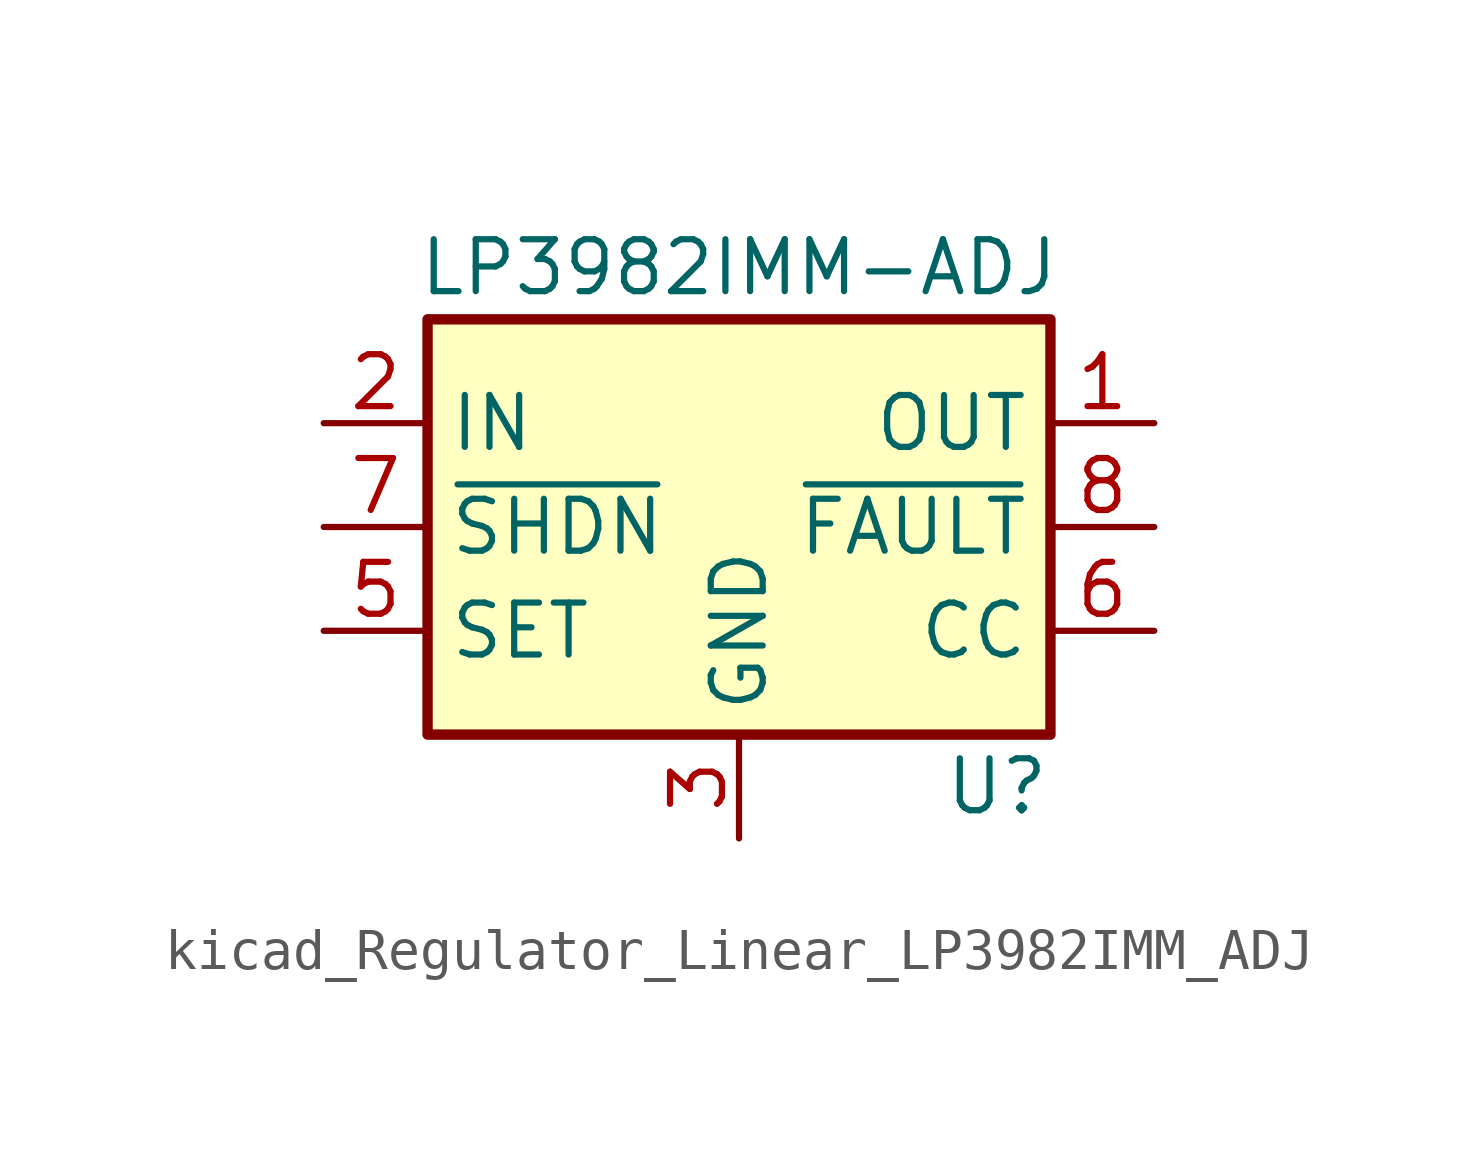
<source format=kicad_sym>
(kicad_symbol_lib
  (version 20220914)
  (generator kicad_symbol_editor)
  (symbol "kicad_Regulator_Linear_LP3982IMM_ADJ"
    (property "Reference" "U"
      (at 7.62 -6.35 0)
      (effects (font (size 1.27 1.27)) (justify right)))
    (property "Value" "LP3982IMM-ADJ"
      (at 0 6.35 0)
      (effects (font (size 1.27 1.27))))
    (symbol "kicad_Regulator_Linear_LP3982IMM_ADJ_0_1"
      (rectangle (start -7.62 5.08) (end 7.62 -5.08) (stroke (width 0.254) (type default)) (fill (type background))))
    (symbol "kicad_Regulator_Linear_LP3982IMM_ADJ_1_1"
      (pin power_out line (at 10.16 2.54 180) (length 2.54) (name "OUT" (effects (font (size 1.27 1.27)))) (number "1" (effects (font (size 1.27 1.27)))))
      (pin power_in line (at -10.16 2.54 0) (length 2.54) (name "IN" (effects (font (size 1.27 1.27)))) (number "2" (effects (font (size 1.27 1.27)))))
      (pin power_in line (at 0 -7.62 90) (length 2.54) (name "GND" (effects (font (size 1.27 1.27)))) (number "3" (effects (font (size 1.27 1.27)))))
      (pin passive line (at 10.16 2.54 180) (length 2.54) hide (name "OUT" (effects (font (size 1.27 1.27)))) (number "4" (effects (font (size 1.27 1.27)))))
      (pin passive line (at -10.16 -2.54 0) (length 2.54) (name "SET" (effects (font (size 1.27 1.27)))) (number "5" (effects (font (size 1.27 1.27)))))
      (pin passive line (at 10.16 -2.54 180) (length 2.54) (name "CC" (effects (font (size 1.27 1.27)))) (number "6" (effects (font (size 1.27 1.27)))))
      (pin input line (at -10.16 0 0) (length 2.54) (name "~{SHDN}" (effects (font (size 1.27 1.27)))) (number "7" (effects (font (size 1.27 1.27)))))
      (pin open_collector line (at 10.16 0 180) (length 2.54) (name "~{FAULT}" (effects (font (size 1.27 1.27)))) (number "8" (effects (font (size 1.27 1.27))))))))
</source>
